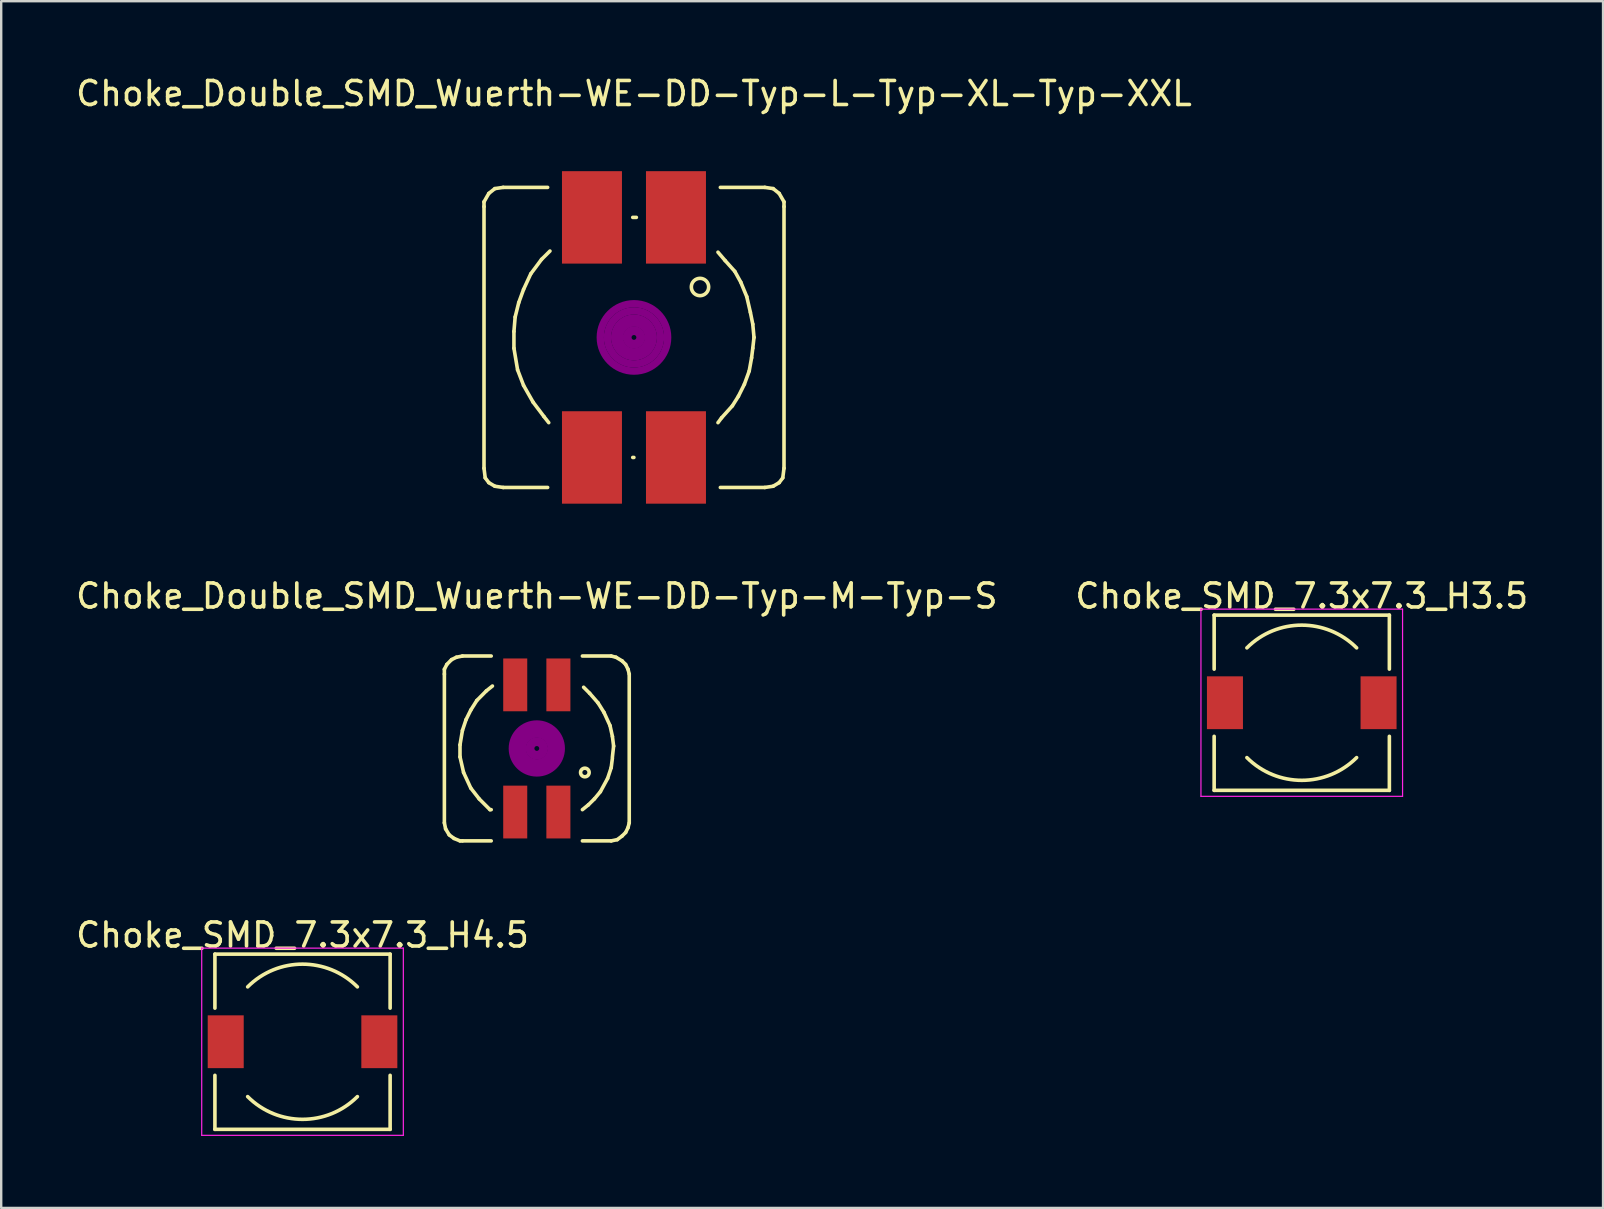
<source format=kicad_pcb>
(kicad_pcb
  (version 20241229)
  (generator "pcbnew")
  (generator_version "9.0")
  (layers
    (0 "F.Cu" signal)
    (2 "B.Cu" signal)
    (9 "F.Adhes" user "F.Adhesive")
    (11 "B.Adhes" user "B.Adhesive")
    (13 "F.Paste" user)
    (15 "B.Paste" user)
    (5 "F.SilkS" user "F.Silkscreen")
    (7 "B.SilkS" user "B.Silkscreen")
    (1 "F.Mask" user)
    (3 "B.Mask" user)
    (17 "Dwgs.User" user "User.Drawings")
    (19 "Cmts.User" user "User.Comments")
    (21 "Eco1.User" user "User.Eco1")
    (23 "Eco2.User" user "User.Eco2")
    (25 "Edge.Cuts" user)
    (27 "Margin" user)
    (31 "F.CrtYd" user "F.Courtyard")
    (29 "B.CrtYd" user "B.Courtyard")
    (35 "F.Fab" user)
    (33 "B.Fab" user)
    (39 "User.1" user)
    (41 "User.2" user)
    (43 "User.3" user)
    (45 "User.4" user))
  (footprint "Choke_Double_SMD_Wuerth-WE-DD-Typ-M-Typ-S"
    (layer "F.Cu")
    (at 19.315 28.133)
    (property "Reference" "Choke_Double_SMD_Wuerth-WE-DD-Typ-M-Typ-S" (at 0 -6.35 0) (layer "F.SilkS") (effects (font (size 1 1) (thickness 0.15))))
    (attr smd)
    (fp_line (start -3.851 -3.299) (end -3.851 -3.099) (stroke (width 0.15) (type solid)) (layer "F.SilkS"))
    (fp_line (start -3.851 -3.099) (end -3.851 3.099) (stroke (width 0.15) (type solid)) (layer "F.SilkS"))
    (fp_line (start -3.851 3.099) (end -3.8 3.35) (stroke (width 0.15) (type solid)) (layer "F.SilkS"))
    (fp_line (start -3.8 3.35) (end -3.65 3.599) (stroke (width 0.15) (type solid)) (layer "F.SilkS"))
    (fp_line (start -3.749 -3.5) (end -3.851 -3.299) (stroke (width 0.15) (type solid)) (layer "F.SilkS"))
    (fp_line (start -3.65 3.599) (end -3.449 3.749) (stroke (width 0.15) (type solid)) (layer "F.SilkS"))
    (fp_line (start -3.551 -3.701) (end -3.749 -3.5) (stroke (width 0.15) (type solid)) (layer "F.SilkS"))
    (fp_line (start -3.449 3.749) (end -3.2 3.851) (stroke (width 0.15) (type solid)) (layer "F.SilkS"))
    (fp_line (start -3.35 -3.8) (end -3.551 -3.701) (stroke (width 0.15) (type solid)) (layer "F.SilkS"))
    (fp_line (start -3.2 -0.15) (end -3.2 0.351) (stroke (width 0.15) (type solid)) (layer "F.SilkS"))
    (fp_line (start -3.2 0.351) (end -3.051 1.001) (stroke (width 0.15) (type solid)) (layer "F.SilkS"))
    (fp_line (start -3.2 3.851) (end -3.099 3.851) (stroke (width 0.15) (type solid)) (layer "F.SilkS"))
    (fp_line (start -3.099 -3.851) (end -3.35 -3.8) (stroke (width 0.15) (type solid)) (layer "F.SilkS"))
    (fp_line (start -3.099 -0.749) (end -3.2 -0.15) (stroke (width 0.15) (type solid)) (layer "F.SilkS"))
    (fp_line (start -3.099 3.851) (end -1.9 3.851) (stroke (width 0.15) (type solid)) (layer "F.SilkS"))
    (fp_line (start -3.051 1.001) (end -2.751 1.651) (stroke (width 0.15) (type solid)) (layer "F.SilkS"))
    (fp_line (start -2.949 -1.199) (end -3.099 -0.749) (stroke (width 0.15) (type solid)) (layer "F.SilkS"))
    (fp_line (start -2.751 -1.6) (end -2.949 -1.199) (stroke (width 0.15) (type solid)) (layer "F.SilkS"))
    (fp_line (start -2.751 1.651) (end -2.4 2.101) (stroke (width 0.15) (type solid)) (layer "F.SilkS"))
    (fp_line (start -2.499 -1.999) (end -2.751 -1.6) (stroke (width 0.15) (type solid)) (layer "F.SilkS"))
    (fp_line (start -2.4 2.101) (end -1.951 2.55) (stroke (width 0.15) (type solid)) (layer "F.SilkS"))
    (fp_line (start -2.101 -2.4) (end -2.499 -1.999) (stroke (width 0.15) (type solid)) (layer "F.SilkS"))
    (fp_line (start -1.951 2.55) (end -1.9 2.55) (stroke (width 0.15) (type solid)) (layer "F.SilkS"))
    (fp_line (start -1.9 -3.851) (end -3.099 -3.851) (stroke (width 0.15) (type solid)) (layer "F.SilkS"))
    (fp_line (start -1.849 -2.601) (end -2.101 -2.4) (stroke (width 0.15) (type solid)) (layer "F.SilkS"))
    (fp_line (start 1.9 -3.851) (end 3.099 -3.851) (stroke (width 0.15) (type solid)) (layer "F.SilkS"))
    (fp_line (start 1.951 -2.55) (end 2.2 -2.301) (stroke (width 0.15) (type solid)) (layer "F.SilkS"))
    (fp_line (start 2.149 2.349) (end 1.9 2.55) (stroke (width 0.15) (type solid)) (layer "F.SilkS"))
    (fp_line (start 2.2 -2.301) (end 2.55 -1.9) (stroke (width 0.15) (type solid)) (layer "F.SilkS"))
    (fp_line (start 2.4 2.101) (end 2.149 2.349) (stroke (width 0.15) (type solid)) (layer "F.SilkS"))
    (fp_line (start 2.55 -1.9) (end 2.799 -1.501) (stroke (width 0.15) (type solid)) (layer "F.SilkS"))
    (fp_line (start 2.649 1.801) (end 2.4 2.101) (stroke (width 0.15) (type solid)) (layer "F.SilkS"))
    (fp_line (start 2.799 -1.501) (end 3.051 -0.95) (stroke (width 0.15) (type solid)) (layer "F.SilkS"))
    (fp_line (start 2.949 1.25) (end 2.649 1.801) (stroke (width 0.15) (type solid)) (layer "F.SilkS"))
    (fp_line (start 3.051 -0.95) (end 3.15 -0.5) (stroke (width 0.15) (type solid)) (layer "F.SilkS"))
    (fp_line (start 3.099 -3.851) (end 3.299 -3.8) (stroke (width 0.15) (type solid)) (layer "F.SilkS"))
    (fp_line (start 3.099 0.8) (end 2.949 1.25) (stroke (width 0.15) (type solid)) (layer "F.SilkS"))
    (fp_line (start 3.099 3.851) (end 1.9 3.851) (stroke (width 0.15) (type solid)) (layer "F.SilkS"))
    (fp_line (start 3.15 -0.5) (end 3.2 -0.099) (stroke (width 0.15) (type solid)) (layer "F.SilkS"))
    (fp_line (start 3.15 0.399) (end 3.099 0.8) (stroke (width 0.15) (type solid)) (layer "F.SilkS"))
    (fp_line (start 3.2 -0.099) (end 3.15 0.351) (stroke (width 0.15) (type solid)) (layer "F.SilkS"))
    (fp_line (start 3.299 -3.8) (end 3.551 -3.65) (stroke (width 0.15) (type solid)) (layer "F.SilkS"))
    (fp_line (start 3.35 3.8) (end 3.099 3.851) (stroke (width 0.15) (type solid)) (layer "F.SilkS"))
    (fp_line (start 3.551 -3.65) (end 3.701 -3.5) (stroke (width 0.15) (type solid)) (layer "F.SilkS"))
    (fp_line (start 3.551 3.65) (end 3.35 3.8) (stroke (width 0.15) (type solid)) (layer "F.SilkS"))
    (fp_line (start 3.701 -3.5) (end 3.8 -3.299) (stroke (width 0.15) (type solid)) (layer "F.SilkS"))
    (fp_line (start 3.701 3.5) (end 3.551 3.65) (stroke (width 0.15) (type solid)) (layer "F.SilkS"))
    (fp_line (start 3.8 -3.299) (end 3.851 -3.099) (stroke (width 0.15) (type solid)) (layer "F.SilkS"))
    (fp_line (start 3.8 3.299) (end 3.701 3.5) (stroke (width 0.15) (type solid)) (layer "F.SilkS"))
    (fp_line (start 3.851 -3.099) (end 3.851 3.099) (stroke (width 0.15) (type solid)) (layer "F.SilkS"))
    (fp_line (start 3.851 3.099) (end 3.8 3.299) (stroke (width 0.15) (type solid)) (layer "F.SilkS"))
    (fp_circle (center 2.002 1.001) (end 2.151 0.902) (stroke (width 0.15) (type solid)) (fill no) (layer "F.SilkS"))
    (fp_circle (center 0 0) (end 0.1 0) (stroke (width 0.305) (type solid)) (fill no) (layer "F.Adhes"))
    (fp_circle (center 0 0) (end 0.3 -0.1) (stroke (width 0.305) (type solid)) (fill no) (layer "F.Adhes"))
    (fp_circle (center 0 0) (end 0.6 0) (stroke (width 0.305) (type solid)) (fill no) (layer "F.Adhes"))
    (fp_circle (center 0 0) (end 0.8 -0.1) (stroke (width 0.305) (type solid)) (fill no) (layer "F.Adhes"))
    (fp_circle (center 0 0) (end 1 -0.2) (stroke (width 0.305) (type solid)) (fill no) (layer "F.Adhes"))
    (fp_circle (center 0.8 0) (end 0.8 0) (stroke (width 0.305) (type solid)) (fill no) (layer "F.Adhes"))
    (pad "1" smd rect (at -0.899 2.649) (size 1.001 2.2) (layers "F.Cu" "F.Mask" "F.Paste"))
    (pad "2" smd rect (at -0.899 -2.649) (size 1.001 2.2) (layers "F.Cu" "F.Mask" "F.Paste"))
    (pad "3" smd rect (at 0.899 -2.649) (size 1.001 2.2) (layers "F.Cu" "F.Mask" "F.Paste"))
    (pad "4" smd rect (at 0.899 2.649) (size 1.001 2.2) (layers "F.Cu" "F.Mask" "F.Paste")))
  (footprint "Choke_SMD_7.3x7.3_H3.5"
    (layer "F.Cu")
    (at 51.185 26.228)
    (property "Reference" "Choke_SMD_7.3x7.3_H3.5" (at 0 -4.445 0) (layer "F.SilkS") (effects (font (size 1 1) (thickness 0.15))))
    (attr smd)
    (fp_line (start -3.65 -3.65) (end -3.65 -1.4) (stroke (width 0.15) (type solid)) (layer "F.SilkS"))
    (fp_line (start -3.65 -3.65) (end 3.65 -3.65) (stroke (width 0.15) (type solid)) (layer "F.SilkS"))
    (fp_line (start -3.65 3.65) (end -3.65 1.4) (stroke (width 0.15) (type solid)) (layer "F.SilkS"))
    (fp_line (start 3.65 -3.65) (end 3.65 -1.4) (stroke (width 0.15) (type solid)) (layer "F.SilkS"))
    (fp_line (start 3.65 3.65) (end -3.65 3.65) (stroke (width 0.15) (type solid)) (layer "F.SilkS"))
    (fp_line (start 3.65 3.65) (end 3.65 1.4) (stroke (width 0.15) (type solid)) (layer "F.SilkS"))
    (fp_arc (start -2.286 -2.286) (mid 0 -3.232892) (end 2.286 -2.286) (stroke (width 0.15) (type solid)) (layer "F.SilkS"))
    (fp_arc (start 2.286 2.286) (mid 0 3.232892) (end -2.286 2.286) (stroke (width 0.15) (type solid)) (layer "F.SilkS"))
    (fp_line (start -4.2 -3.9) (end -4.2 3.9) (stroke (width 0.05) (type solid)) (layer "F.CrtYd"))
    (fp_line (start -4.2 3.9) (end 4.2 3.9) (stroke (width 0.05) (type solid)) (layer "F.CrtYd"))
    (fp_line (start 4.2 -3.9) (end -4.2 -3.9) (stroke (width 0.05) (type solid)) (layer "F.CrtYd"))
    (fp_line (start 4.2 3.9) (end 4.2 -3.9) (stroke (width 0.05) (type solid)) (layer "F.CrtYd"))
    (pad "1" smd rect (at -3.2 0) (size 1.5 2.2) (layers "F.Cu" "F.Mask" "F.Paste"))
    (pad "2" smd rect (at 3.2 0) (size 1.5 2.2) (layers "F.Cu" "F.Mask" "F.Paste")))
  (footprint "Choke_Double_SMD_Wuerth-WE-DD-Typ-L-Typ-XL-Typ-XXL"
    (layer "F.Cu")
    (at 23.363 11.008)
    (property "Reference" "Choke_Double_SMD_Wuerth-WE-DD-Typ-L-Typ-XL-Typ-XXL" (at 0 -10.16 0) (layer "F.SilkS") (effects (font (size 1 1) (thickness 0.15))))
    (attr smd)
    (fp_line (start -6.248 -5.649) (end -6.248 -5.451) (stroke (width 0.15) (type solid)) (layer "F.SilkS"))
    (fp_line (start -6.248 -5.451) (end -6.248 5.451) (stroke (width 0.15) (type solid)) (layer "F.SilkS"))
    (fp_line (start -6.198 5.85) (end -6.248 5.451) (stroke (width 0.15) (type solid)) (layer "F.SilkS"))
    (fp_line (start -6.048 -5.999) (end -6.248 -5.649) (stroke (width 0.15) (type solid)) (layer "F.SilkS"))
    (fp_line (start -6.048 6.05) (end -6.198 5.85) (stroke (width 0.15) (type solid)) (layer "F.SilkS"))
    (fp_line (start -5.796 -6.2) (end -6.048 -5.999) (stroke (width 0.15) (type solid)) (layer "F.SilkS"))
    (fp_line (start -5.796 6.2) (end -6.048 6.05) (stroke (width 0.15) (type solid)) (layer "F.SilkS"))
    (fp_line (start -5.448 -6.251) (end -5.796 -6.2) (stroke (width 0.15) (type solid)) (layer "F.SilkS"))
    (fp_line (start -5.448 6.251) (end -5.796 6.2) (stroke (width 0.15) (type solid)) (layer "F.SilkS"))
    (fp_line (start -5.001 -0.249) (end -5.001 0.45) (stroke (width 0.15) (type solid)) (layer "F.SilkS"))
    (fp_line (start -5.001 0.45) (end -4.849 1.349) (stroke (width 0.15) (type solid)) (layer "F.SilkS"))
    (fp_line (start -4.95 -0.851) (end -5.001 -0.249) (stroke (width 0.15) (type solid)) (layer "F.SilkS"))
    (fp_line (start -4.849 1.349) (end -4.6 1.999) (stroke (width 0.15) (type solid)) (layer "F.SilkS"))
    (fp_line (start -4.801 -1.45) (end -4.95 -0.851) (stroke (width 0.15) (type solid)) (layer "F.SilkS"))
    (fp_line (start -4.6 -1.999) (end -4.801 -1.45) (stroke (width 0.15) (type solid)) (layer "F.SilkS"))
    (fp_line (start -4.6 1.999) (end -4.201 2.7) (stroke (width 0.15) (type solid)) (layer "F.SilkS"))
    (fp_line (start -4.3 -2.649) (end -4.6 -1.999) (stroke (width 0.15) (type solid)) (layer "F.SilkS"))
    (fp_line (start -4.201 2.7) (end -3.749 3.299) (stroke (width 0.15) (type solid)) (layer "F.SilkS"))
    (fp_line (start -3.851 -3.251) (end -4.3 -2.649) (stroke (width 0.15) (type solid)) (layer "F.SilkS"))
    (fp_line (start -3.749 3.299) (end -3.551 3.551) (stroke (width 0.15) (type solid)) (layer "F.SilkS"))
    (fp_line (start -3.597 -6.251) (end -5.448 -6.251) (stroke (width 0.15) (type solid)) (layer "F.SilkS"))
    (fp_line (start -3.597 6.251) (end -5.448 6.251) (stroke (width 0.15) (type solid)) (layer "F.SilkS"))
    (fp_line (start -3.5 -3.599) (end -3.851 -3.251) (stroke (width 0.15) (type solid)) (layer "F.SilkS"))
    (fp_line (start -0.051 5.001) (end -0.003 5.001) (stroke (width 0.15) (type solid)) (layer "F.SilkS"))
    (fp_line (start 0.099 -5.001) (end -0.051 -5.001) (stroke (width 0.15) (type solid)) (layer "F.SilkS"))
    (fp_line (start 3.5 3.551) (end 3.65 3.35) (stroke (width 0.15) (type solid)) (layer "F.SilkS"))
    (fp_line (start 3.599 -6.251) (end 5.451 -6.251) (stroke (width 0.15) (type solid)) (layer "F.SilkS"))
    (fp_line (start 3.599 6.251) (end 5.451 6.251) (stroke (width 0.15) (type solid)) (layer "F.SilkS"))
    (fp_line (start 3.65 3.35) (end 4.1 2.85) (stroke (width 0.15) (type solid)) (layer "F.SilkS"))
    (fp_line (start 3.8 -3.2) (end 3.5 -3.551) (stroke (width 0.15) (type solid)) (layer "F.SilkS"))
    (fp_line (start 4.1 2.85) (end 4.351 2.451) (stroke (width 0.15) (type solid)) (layer "F.SilkS"))
    (fp_line (start 4.201 -2.751) (end 3.8 -3.2) (stroke (width 0.15) (type solid)) (layer "F.SilkS"))
    (fp_line (start 4.351 2.451) (end 4.6 1.951) (stroke (width 0.15) (type solid)) (layer "F.SilkS"))
    (fp_line (start 4.45 -2.301) (end 4.201 -2.751) (stroke (width 0.15) (type solid)) (layer "F.SilkS"))
    (fp_line (start 4.6 1.951) (end 4.801 1.4) (stroke (width 0.15) (type solid)) (layer "F.SilkS"))
    (fp_line (start 4.699 -1.699) (end 4.45 -2.301) (stroke (width 0.15) (type solid)) (layer "F.SilkS"))
    (fp_line (start 4.801 1.4) (end 4.9 0.851) (stroke (width 0.15) (type solid)) (layer "F.SilkS"))
    (fp_line (start 4.849 -1.049) (end 4.699 -1.699) (stroke (width 0.15) (type solid)) (layer "F.SilkS"))
    (fp_line (start 4.9 0.851) (end 4.95 0.45) (stroke (width 0.15) (type solid)) (layer "F.SilkS"))
    (fp_line (start 4.95 -0.551) (end 4.849 -1.049) (stroke (width 0.15) (type solid)) (layer "F.SilkS"))
    (fp_line (start 4.95 0.45) (end 5.001 0) (stroke (width 0.15) (type solid)) (layer "F.SilkS"))
    (fp_line (start 5.001 0) (end 4.95 -0.551) (stroke (width 0.15) (type solid)) (layer "F.SilkS"))
    (fp_line (start 5.451 -6.251) (end 5.799 -6.2) (stroke (width 0.15) (type solid)) (layer "F.SilkS"))
    (fp_line (start 5.451 6.251) (end 5.799 6.2) (stroke (width 0.15) (type solid)) (layer "F.SilkS"))
    (fp_line (start 5.799 -6.2) (end 6.05 -5.999) (stroke (width 0.15) (type solid)) (layer "F.SilkS"))
    (fp_line (start 5.799 6.2) (end 6.05 6.05) (stroke (width 0.15) (type solid)) (layer "F.SilkS"))
    (fp_line (start 6.05 -5.999) (end 6.251 -5.649) (stroke (width 0.15) (type solid)) (layer "F.SilkS"))
    (fp_line (start 6.05 6.05) (end 6.2 5.85) (stroke (width 0.15) (type solid)) (layer "F.SilkS"))
    (fp_line (start 6.2 5.85) (end 6.251 5.451) (stroke (width 0.15) (type solid)) (layer "F.SilkS"))
    (fp_line (start 6.251 -5.649) (end 6.251 -5.451) (stroke (width 0.15) (type solid)) (layer "F.SilkS"))
    (fp_line (start 6.251 -5.451) (end 6.251 5.451) (stroke (width 0.15) (type solid)) (layer "F.SilkS"))
    (fp_circle (center 2.751 -2.101) (end 3.051 -1.9) (stroke (width 0.15) (type solid)) (fill no) (layer "F.SilkS"))
    (fp_circle (center 0 0) (end 0.1 0) (stroke (width 0.305) (type solid)) (fill no) (layer "F.Adhes"))
    (fp_circle (center 0 0) (end 0.3 0.1) (stroke (width 0.305) (type solid)) (fill no) (layer "F.Adhes"))
    (fp_circle (center 0 0) (end 0.6 0) (stroke (width 0.305) (type solid)) (fill no) (layer "F.Adhes"))
    (fp_circle (center 0 0) (end 0.8 -0.1) (stroke (width 0.305) (type solid)) (fill no) (layer "F.Adhes"))
    (fp_circle (center 0 0) (end 1.1 -0.1) (stroke (width 0.305) (type solid)) (fill no) (layer "F.Adhes"))
    (fp_circle (center 0 0) (end 1.4 -0.1) (stroke (width 0.305) (type solid)) (fill no) (layer "F.Adhes"))
    (pad "1" smd rect (at -1.75 -5.001) (size 2.499 3.851) (layers "F.Cu" "F.Mask" "F.Paste"))
    (pad "2" smd rect (at 1.75 -5.001) (size 2.499 3.851) (layers "F.Cu" "F.Mask" "F.Paste"))
    (pad "3" smd rect (at 1.75 5.001) (size 2.499 3.851) (layers "F.Cu" "F.Mask" "F.Paste"))
    (pad "4" smd rect (at -1.75 5.001) (size 2.499 3.851) (layers "F.Cu" "F.Mask" "F.Paste")))
  (footprint "Choke_SMD_7.3x7.3_H4.5"
    (layer "F.Cu")
    (at 9.554 40.352)
    (property "Reference" "Choke_SMD_7.3x7.3_H4.5" (at 0 -4.445 0) (layer "F.SilkS") (effects (font (size 1 1) (thickness 0.15))))
    (attr smd)
    (fp_line (start -3.65 -3.65) (end -3.65 -1.4) (stroke (width 0.15) (type solid)) (layer "F.SilkS"))
    (fp_line (start -3.65 -3.65) (end 3.65 -3.65) (stroke (width 0.15) (type solid)) (layer "F.SilkS"))
    (fp_line (start -3.65 3.65) (end -3.65 1.4) (stroke (width 0.15) (type solid)) (layer "F.SilkS"))
    (fp_line (start 3.65 -3.65) (end 3.65 -1.4) (stroke (width 0.15) (type solid)) (layer "F.SilkS"))
    (fp_line (start 3.65 3.65) (end -3.65 3.65) (stroke (width 0.15) (type solid)) (layer "F.SilkS"))
    (fp_line (start 3.65 3.65) (end 3.65 1.4) (stroke (width 0.15) (type solid)) (layer "F.SilkS"))
    (fp_arc (start -2.286 -2.286) (mid 0 -3.232892) (end 2.286 -2.286) (stroke (width 0.15) (type solid)) (layer "F.SilkS"))
    (fp_arc (start 2.286 2.286) (mid 0 3.232892) (end -2.286 2.286) (stroke (width 0.15) (type solid)) (layer "F.SilkS"))
    (fp_line (start -4.2 -3.9) (end -4.2 3.9) (stroke (width 0.05) (type solid)) (layer "F.CrtYd"))
    (fp_line (start -4.2 3.9) (end 4.2 3.9) (stroke (width 0.05) (type solid)) (layer "F.CrtYd"))
    (fp_line (start 4.2 -3.9) (end -4.2 -3.9) (stroke (width 0.05) (type solid)) (layer "F.CrtYd"))
    (fp_line (start 4.2 3.9) (end 4.2 -3.9) (stroke (width 0.05) (type solid)) (layer "F.CrtYd"))
    (pad "1" smd rect (at -3.2 0) (size 1.5 2.2) (layers "F.Cu" "F.Mask" "F.Paste"))
    (pad "2" smd rect (at 3.2 0) (size 1.5 2.2) (layers "F.Cu" "F.Mask" "F.Paste")))
  (gr_rect
    (start -3 -3)
    (end 63.738 47.277)
    (stroke (width 0.1) (type default))
    (fill no)
    (layer "Edge.Cuts")))
</source>
